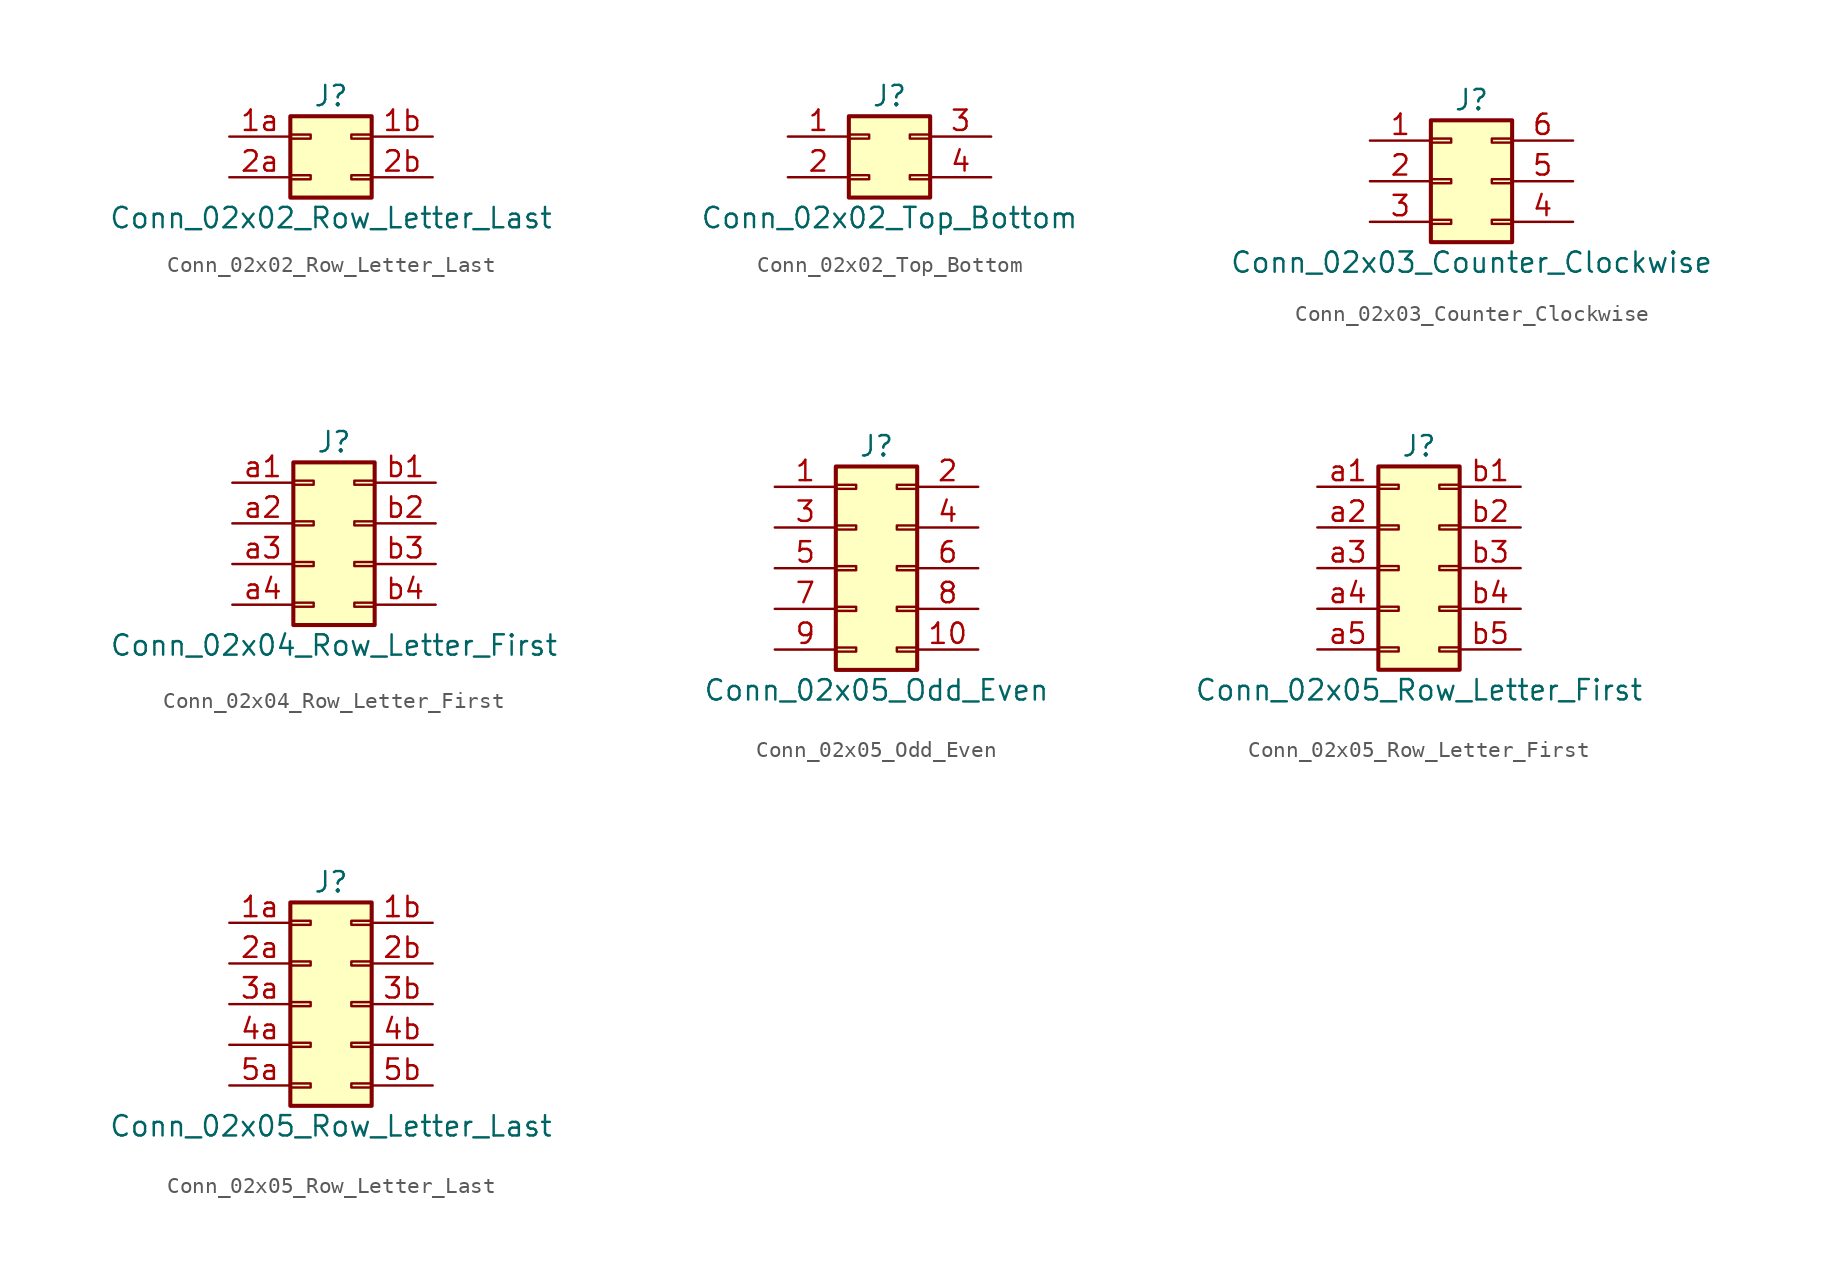
<source format=kicad_sym>
(kicad_symbol_lib
  (version 20220914)
  (generator kicad_symbol_editor)
  (symbol "Conn_02x02_Row_Letter_Last"
    (pin_names
      (offset 1.016) hide)
    (property "Reference" "J"
      (at 1.27 2.54 0)
      (effects (font (size 1.27 1.27))))
    (property "Value" "Conn_02x02_Row_Letter_Last"
      (at 1.27 -5.08 0)
      (effects (font (size 1.27 1.27))))
    (symbol "Conn_02x02_Row_Letter_Last_1_1"
      (rectangle (start -1.27 -2.413) (end 0 -2.667) (stroke (width 0.152) (type default)) (fill (type none)))
      (rectangle (start -1.27 0.127) (end 0 -0.127) (stroke (width 0.152) (type default)) (fill (type none)))
      (rectangle (start -1.27 1.27) (end 3.81 -3.81) (stroke (width 0.254) (type default)) (fill (type background)))
      (rectangle (start 3.81 -2.413) (end 2.54 -2.667) (stroke (width 0.152) (type default)) (fill (type none)))
      (rectangle (start 3.81 0.127) (end 2.54 -0.127) (stroke (width 0.152) (type default)) (fill (type none)))
      (pin passive line (at -5.08 0 0) (length 3.81) (name "Pin_1a" (effects (font (size 1.27 1.27)))) (number "1a" (effects (font (size 1.27 1.27)))))
      (pin passive line (at 7.62 0 180) (length 3.81) (name "Pin_1b" (effects (font (size 1.27 1.27)))) (number "1b" (effects (font (size 1.27 1.27)))))
      (pin passive line (at -5.08 -2.54 0) (length 3.81) (name "Pin_2a" (effects (font (size 1.27 1.27)))) (number "2a" (effects (font (size 1.27 1.27)))))
      (pin passive line (at 7.62 -2.54 180) (length 3.81) (name "Pin_2b" (effects (font (size 1.27 1.27)))) (number "2b" (effects (font (size 1.27 1.27)))))))
  (symbol "Conn_02x02_Top_Bottom"
    (pin_names
      (offset 1.016) hide)
    (property "Reference" "J"
      (at 1.27 2.54 0)
      (effects (font (size 1.27 1.27))))
    (property "Value" "Conn_02x02_Top_Bottom"
      (at 1.27 -5.08 0)
      (effects (font (size 1.27 1.27))))
    (symbol "Conn_02x02_Top_Bottom_1_1"
      (rectangle (start -1.27 -2.413) (end 0 -2.667) (stroke (width 0.152) (type default)) (fill (type none)))
      (rectangle (start -1.27 0.127) (end 0 -0.127) (stroke (width 0.152) (type default)) (fill (type none)))
      (rectangle (start -1.27 1.27) (end 3.81 -3.81) (stroke (width 0.254) (type default)) (fill (type background)))
      (rectangle (start 3.81 -2.413) (end 2.54 -2.667) (stroke (width 0.152) (type default)) (fill (type none)))
      (rectangle (start 3.81 0.127) (end 2.54 -0.127) (stroke (width 0.152) (type default)) (fill (type none)))
      (pin passive line (at -5.08 0 0) (length 3.81) (name "Pin_1" (effects (font (size 1.27 1.27)))) (number "1" (effects (font (size 1.27 1.27)))))
      (pin passive line (at -5.08 -2.54 0) (length 3.81) (name "Pin_2" (effects (font (size 1.27 1.27)))) (number "2" (effects (font (size 1.27 1.27)))))
      (pin passive line (at 7.62 0 180) (length 3.81) (name "Pin_3" (effects (font (size 1.27 1.27)))) (number "3" (effects (font (size 1.27 1.27)))))
      (pin passive line (at 7.62 -2.54 180) (length 3.81) (name "Pin_4" (effects (font (size 1.27 1.27)))) (number "4" (effects (font (size 1.27 1.27)))))))
  (symbol "Conn_02x03_Counter_Clockwise"
    (pin_names
      (offset 1.016) hide)
    (property "Reference" "J"
      (at 1.27 5.08 0)
      (effects (font (size 1.27 1.27))))
    (property "Value" "Conn_02x03_Counter_Clockwise"
      (at 1.27 -5.08 0)
      (effects (font (size 1.27 1.27))))
    (symbol "Conn_02x03_Counter_Clockwise_1_1"
      (rectangle (start -1.27 -2.413) (end 0 -2.667) (stroke (width 0.152) (type default)) (fill (type none)))
      (rectangle (start -1.27 0.127) (end 0 -0.127) (stroke (width 0.152) (type default)) (fill (type none)))
      (rectangle (start -1.27 2.667) (end 0 2.413) (stroke (width 0.152) (type default)) (fill (type none)))
      (rectangle (start -1.27 3.81) (end 3.81 -3.81) (stroke (width 0.254) (type default)) (fill (type background)))
      (rectangle (start 3.81 -2.413) (end 2.54 -2.667) (stroke (width 0.152) (type default)) (fill (type none)))
      (rectangle (start 3.81 0.127) (end 2.54 -0.127) (stroke (width 0.152) (type default)) (fill (type none)))
      (rectangle (start 3.81 2.667) (end 2.54 2.413) (stroke (width 0.152) (type default)) (fill (type none)))
      (pin passive line (at -5.08 2.54 0) (length 3.81) (name "Pin_1" (effects (font (size 1.27 1.27)))) (number "1" (effects (font (size 1.27 1.27)))))
      (pin passive line (at -5.08 0 0) (length 3.81) (name "Pin_2" (effects (font (size 1.27 1.27)))) (number "2" (effects (font (size 1.27 1.27)))))
      (pin passive line (at -5.08 -2.54 0) (length 3.81) (name "Pin_3" (effects (font (size 1.27 1.27)))) (number "3" (effects (font (size 1.27 1.27)))))
      (pin passive line (at 7.62 -2.54 180) (length 3.81) (name "Pin_4" (effects (font (size 1.27 1.27)))) (number "4" (effects (font (size 1.27 1.27)))))
      (pin passive line (at 7.62 0 180) (length 3.81) (name "Pin_5" (effects (font (size 1.27 1.27)))) (number "5" (effects (font (size 1.27 1.27)))))
      (pin passive line (at 7.62 2.54 180) (length 3.81) (name "Pin_6" (effects (font (size 1.27 1.27)))) (number "6" (effects (font (size 1.27 1.27)))))))
  (symbol "Conn_02x04_Row_Letter_First"
    (pin_names
      (offset 1.016) hide)
    (property "Reference" "J"
      (at 1.27 5.08 0)
      (effects (font (size 1.27 1.27))))
    (property "Value" "Conn_02x04_Row_Letter_First"
      (at 1.27 -7.62 0)
      (effects (font (size 1.27 1.27))))
    (symbol "Conn_02x04_Row_Letter_First_1_1"
      (rectangle (start -1.27 -4.953) (end 0 -5.207) (stroke (width 0.152) (type default)) (fill (type none)))
      (rectangle (start -1.27 -2.413) (end 0 -2.667) (stroke (width 0.152) (type default)) (fill (type none)))
      (rectangle (start -1.27 0.127) (end 0 -0.127) (stroke (width 0.152) (type default)) (fill (type none)))
      (rectangle (start -1.27 2.667) (end 0 2.413) (stroke (width 0.152) (type default)) (fill (type none)))
      (rectangle (start -1.27 3.81) (end 3.81 -6.35) (stroke (width 0.254) (type default)) (fill (type background)))
      (rectangle (start 3.81 -4.953) (end 2.54 -5.207) (stroke (width 0.152) (type default)) (fill (type none)))
      (rectangle (start 3.81 -2.413) (end 2.54 -2.667) (stroke (width 0.152) (type default)) (fill (type none)))
      (rectangle (start 3.81 0.127) (end 2.54 -0.127) (stroke (width 0.152) (type default)) (fill (type none)))
      (rectangle (start 3.81 2.667) (end 2.54 2.413) (stroke (width 0.152) (type default)) (fill (type none)))
      (pin passive line (at -5.08 2.54 0) (length 3.81) (name "Pin_a1" (effects (font (size 1.27 1.27)))) (number "a1" (effects (font (size 1.27 1.27)))))
      (pin passive line (at -5.08 0 0) (length 3.81) (name "Pin_a2" (effects (font (size 1.27 1.27)))) (number "a2" (effects (font (size 1.27 1.27)))))
      (pin passive line (at -5.08 -2.54 0) (length 3.81) (name "Pin_a3" (effects (font (size 1.27 1.27)))) (number "a3" (effects (font (size 1.27 1.27)))))
      (pin passive line (at -5.08 -5.08 0) (length 3.81) (name "Pin_a4" (effects (font (size 1.27 1.27)))) (number "a4" (effects (font (size 1.27 1.27)))))
      (pin passive line (at 7.62 2.54 180) (length 3.81) (name "Pin_b1" (effects (font (size 1.27 1.27)))) (number "b1" (effects (font (size 1.27 1.27)))))
      (pin passive line (at 7.62 0 180) (length 3.81) (name "Pin_b2" (effects (font (size 1.27 1.27)))) (number "b2" (effects (font (size 1.27 1.27)))))
      (pin passive line (at 7.62 -2.54 180) (length 3.81) (name "Pin_b3" (effects (font (size 1.27 1.27)))) (number "b3" (effects (font (size 1.27 1.27)))))
      (pin passive line (at 7.62 -5.08 180) (length 3.81) (name "Pin_b4" (effects (font (size 1.27 1.27)))) (number "b4" (effects (font (size 1.27 1.27)))))))
  (symbol "Conn_02x05_Odd_Even"
    (pin_names
      (offset 1.016) hide)
    (property "Reference" "J"
      (at 1.27 7.62 0)
      (effects (font (size 1.27 1.27))))
    (property "Value" "Conn_02x05_Odd_Even"
      (at 1.27 -7.62 0)
      (effects (font (size 1.27 1.27))))
    (symbol "Conn_02x05_Odd_Even_1_1"
      (rectangle (start -1.27 -4.953) (end 0 -5.207) (stroke (width 0.152) (type default)) (fill (type none)))
      (rectangle (start -1.27 -2.413) (end 0 -2.667) (stroke (width 0.152) (type default)) (fill (type none)))
      (rectangle (start -1.27 0.127) (end 0 -0.127) (stroke (width 0.152) (type default)) (fill (type none)))
      (rectangle (start -1.27 2.667) (end 0 2.413) (stroke (width 0.152) (type default)) (fill (type none)))
      (rectangle (start -1.27 5.207) (end 0 4.953) (stroke (width 0.152) (type default)) (fill (type none)))
      (rectangle (start -1.27 6.35) (end 3.81 -6.35) (stroke (width 0.254) (type default)) (fill (type background)))
      (rectangle (start 3.81 -4.953) (end 2.54 -5.207) (stroke (width 0.152) (type default)) (fill (type none)))
      (rectangle (start 3.81 -2.413) (end 2.54 -2.667) (stroke (width 0.152) (type default)) (fill (type none)))
      (rectangle (start 3.81 0.127) (end 2.54 -0.127) (stroke (width 0.152) (type default)) (fill (type none)))
      (rectangle (start 3.81 2.667) (end 2.54 2.413) (stroke (width 0.152) (type default)) (fill (type none)))
      (rectangle (start 3.81 5.207) (end 2.54 4.953) (stroke (width 0.152) (type default)) (fill (type none)))
      (pin passive line (at -5.08 5.08 0) (length 3.81) (name "Pin_1" (effects (font (size 1.27 1.27)))) (number "1" (effects (font (size 1.27 1.27)))))
      (pin passive line (at 7.62 -5.08 180) (length 3.81) (name "Pin_10" (effects (font (size 1.27 1.27)))) (number "10" (effects (font (size 1.27 1.27)))))
      (pin passive line (at 7.62 5.08 180) (length 3.81) (name "Pin_2" (effects (font (size 1.27 1.27)))) (number "2" (effects (font (size 1.27 1.27)))))
      (pin passive line (at -5.08 2.54 0) (length 3.81) (name "Pin_3" (effects (font (size 1.27 1.27)))) (number "3" (effects (font (size 1.27 1.27)))))
      (pin passive line (at 7.62 2.54 180) (length 3.81) (name "Pin_4" (effects (font (size 1.27 1.27)))) (number "4" (effects (font (size 1.27 1.27)))))
      (pin passive line (at -5.08 0 0) (length 3.81) (name "Pin_5" (effects (font (size 1.27 1.27)))) (number "5" (effects (font (size 1.27 1.27)))))
      (pin passive line (at 7.62 0 180) (length 3.81) (name "Pin_6" (effects (font (size 1.27 1.27)))) (number "6" (effects (font (size 1.27 1.27)))))
      (pin passive line (at -5.08 -2.54 0) (length 3.81) (name "Pin_7" (effects (font (size 1.27 1.27)))) (number "7" (effects (font (size 1.27 1.27)))))
      (pin passive line (at 7.62 -2.54 180) (length 3.81) (name "Pin_8" (effects (font (size 1.27 1.27)))) (number "8" (effects (font (size 1.27 1.27)))))
      (pin passive line (at -5.08 -5.08 0) (length 3.81) (name "Pin_9" (effects (font (size 1.27 1.27)))) (number "9" (effects (font (size 1.27 1.27)))))))
  (symbol "Conn_02x05_Row_Letter_First"
    (pin_names
      (offset 1.016) hide)
    (property "Reference" "J"
      (at 1.27 7.62 0)
      (effects (font (size 1.27 1.27))))
    (property "Value" "Conn_02x05_Row_Letter_First"
      (at 1.27 -7.62 0)
      (effects (font (size 1.27 1.27))))
    (symbol "Conn_02x05_Row_Letter_First_1_1"
      (rectangle (start -1.27 -4.953) (end 0 -5.207) (stroke (width 0.152) (type default)) (fill (type none)))
      (rectangle (start -1.27 -2.413) (end 0 -2.667) (stroke (width 0.152) (type default)) (fill (type none)))
      (rectangle (start -1.27 0.127) (end 0 -0.127) (stroke (width 0.152) (type default)) (fill (type none)))
      (rectangle (start -1.27 2.667) (end 0 2.413) (stroke (width 0.152) (type default)) (fill (type none)))
      (rectangle (start -1.27 5.207) (end 0 4.953) (stroke (width 0.152) (type default)) (fill (type none)))
      (rectangle (start -1.27 6.35) (end 3.81 -6.35) (stroke (width 0.254) (type default)) (fill (type background)))
      (rectangle (start 3.81 -4.953) (end 2.54 -5.207) (stroke (width 0.152) (type default)) (fill (type none)))
      (rectangle (start 3.81 -2.413) (end 2.54 -2.667) (stroke (width 0.152) (type default)) (fill (type none)))
      (rectangle (start 3.81 0.127) (end 2.54 -0.127) (stroke (width 0.152) (type default)) (fill (type none)))
      (rectangle (start 3.81 2.667) (end 2.54 2.413) (stroke (width 0.152) (type default)) (fill (type none)))
      (rectangle (start 3.81 5.207) (end 2.54 4.953) (stroke (width 0.152) (type default)) (fill (type none)))
      (pin passive line (at -5.08 5.08 0) (length 3.81) (name "Pin_a1" (effects (font (size 1.27 1.27)))) (number "a1" (effects (font (size 1.27 1.27)))))
      (pin passive line (at -5.08 2.54 0) (length 3.81) (name "Pin_a2" (effects (font (size 1.27 1.27)))) (number "a2" (effects (font (size 1.27 1.27)))))
      (pin passive line (at -5.08 0 0) (length 3.81) (name "Pin_a3" (effects (font (size 1.27 1.27)))) (number "a3" (effects (font (size 1.27 1.27)))))
      (pin passive line (at -5.08 -2.54 0) (length 3.81) (name "Pin_a4" (effects (font (size 1.27 1.27)))) (number "a4" (effects (font (size 1.27 1.27)))))
      (pin passive line (at -5.08 -5.08 0) (length 3.81) (name "Pin_a5" (effects (font (size 1.27 1.27)))) (number "a5" (effects (font (size 1.27 1.27)))))
      (pin passive line (at 7.62 5.08 180) (length 3.81) (name "Pin_b1" (effects (font (size 1.27 1.27)))) (number "b1" (effects (font (size 1.27 1.27)))))
      (pin passive line (at 7.62 2.54 180) (length 3.81) (name "Pin_b2" (effects (font (size 1.27 1.27)))) (number "b2" (effects (font (size 1.27 1.27)))))
      (pin passive line (at 7.62 0 180) (length 3.81) (name "Pin_b3" (effects (font (size 1.27 1.27)))) (number "b3" (effects (font (size 1.27 1.27)))))
      (pin passive line (at 7.62 -2.54 180) (length 3.81) (name "Pin_b4" (effects (font (size 1.27 1.27)))) (number "b4" (effects (font (size 1.27 1.27)))))
      (pin passive line (at 7.62 -5.08 180) (length 3.81) (name "Pin_b5" (effects (font (size 1.27 1.27)))) (number "b5" (effects (font (size 1.27 1.27)))))))
  (symbol "Conn_02x05_Row_Letter_Last"
    (pin_names
      (offset 1.016) hide)
    (property "Reference" "J"
      (at 1.27 7.62 0)
      (effects (font (size 1.27 1.27))))
    (property "Value" "Conn_02x05_Row_Letter_Last"
      (at 1.27 -7.62 0)
      (effects (font (size 1.27 1.27))))
    (symbol "Conn_02x05_Row_Letter_Last_1_1"
      (rectangle (start -1.27 -4.953) (end 0 -5.207) (stroke (width 0.152) (type default)) (fill (type none)))
      (rectangle (start -1.27 -2.413) (end 0 -2.667) (stroke (width 0.152) (type default)) (fill (type none)))
      (rectangle (start -1.27 0.127) (end 0 -0.127) (stroke (width 0.152) (type default)) (fill (type none)))
      (rectangle (start -1.27 2.667) (end 0 2.413) (stroke (width 0.152) (type default)) (fill (type none)))
      (rectangle (start -1.27 5.207) (end 0 4.953) (stroke (width 0.152) (type default)) (fill (type none)))
      (rectangle (start -1.27 6.35) (end 3.81 -6.35) (stroke (width 0.254) (type default)) (fill (type background)))
      (rectangle (start 3.81 -4.953) (end 2.54 -5.207) (stroke (width 0.152) (type default)) (fill (type none)))
      (rectangle (start 3.81 -2.413) (end 2.54 -2.667) (stroke (width 0.152) (type default)) (fill (type none)))
      (rectangle (start 3.81 0.127) (end 2.54 -0.127) (stroke (width 0.152) (type default)) (fill (type none)))
      (rectangle (start 3.81 2.667) (end 2.54 2.413) (stroke (width 0.152) (type default)) (fill (type none)))
      (rectangle (start 3.81 5.207) (end 2.54 4.953) (stroke (width 0.152) (type default)) (fill (type none)))
      (pin passive line (at -5.08 5.08 0) (length 3.81) (name "Pin_1a" (effects (font (size 1.27 1.27)))) (number "1a" (effects (font (size 1.27 1.27)))))
      (pin passive line (at 7.62 5.08 180) (length 3.81) (name "Pin_1b" (effects (font (size 1.27 1.27)))) (number "1b" (effects (font (size 1.27 1.27)))))
      (pin passive line (at -5.08 2.54 0) (length 3.81) (name "Pin_2a" (effects (font (size 1.27 1.27)))) (number "2a" (effects (font (size 1.27 1.27)))))
      (pin passive line (at 7.62 2.54 180) (length 3.81) (name "Pin_2b" (effects (font (size 1.27 1.27)))) (number "2b" (effects (font (size 1.27 1.27)))))
      (pin passive line (at -5.08 0 0) (length 3.81) (name "Pin_3a" (effects (font (size 1.27 1.27)))) (number "3a" (effects (font (size 1.27 1.27)))))
      (pin passive line (at 7.62 0 180) (length 3.81) (name "Pin_3b" (effects (font (size 1.27 1.27)))) (number "3b" (effects (font (size 1.27 1.27)))))
      (pin passive line (at -5.08 -2.54 0) (length 3.81) (name "Pin_4a" (effects (font (size 1.27 1.27)))) (number "4a" (effects (font (size 1.27 1.27)))))
      (pin passive line (at 7.62 -2.54 180) (length 3.81) (name "Pin_4b" (effects (font (size 1.27 1.27)))) (number "4b" (effects (font (size 1.27 1.27)))))
      (pin passive line (at -5.08 -5.08 0) (length 3.81) (name "Pin_5a" (effects (font (size 1.27 1.27)))) (number "5a" (effects (font (size 1.27 1.27)))))
      (pin passive line (at 7.62 -5.08 180) (length 3.81) (name "Pin_5b" (effects (font (size 1.27 1.27)))) (number "5b" (effects (font (size 1.27 1.27))))))))
</source>
